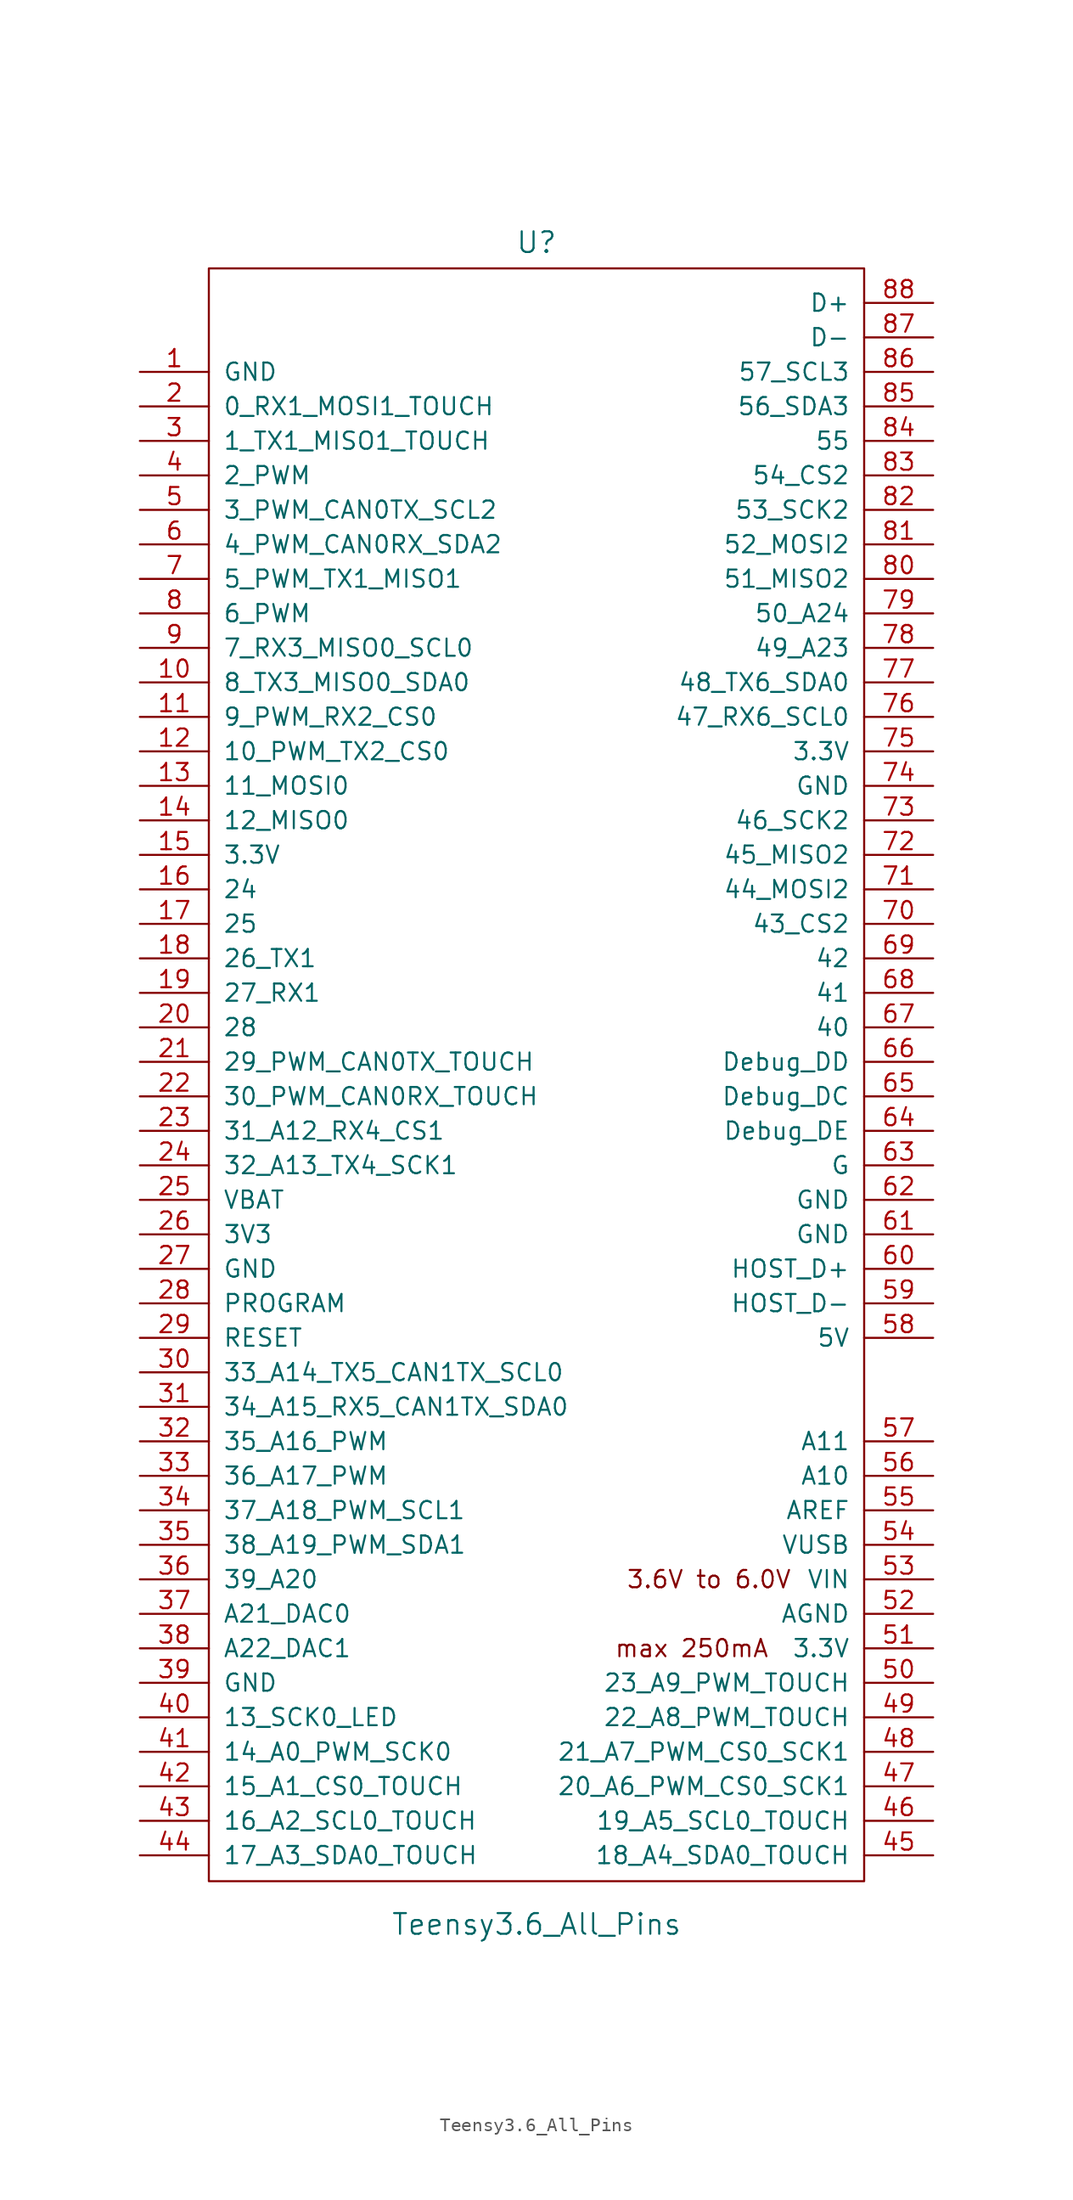
<source format=kicad_sym>
(kicad_symbol_lib
  (version 20211014)
  (generator kicad_symbol_editor)
  (symbol "Teensy3.6_All_Pins"
    (pin_names
      (offset 1.016))
    (property "Reference" "U"
      (at 0 64.135 0)
      (effects (font (size 1.524 1.524))))
    (property "Value" "Teensy3.6_All_Pins"
      (at 0 -59.69 0)
      (effects (font (size 1.524 1.524))))
    (property "Footprint" ""
      (at 0 1.27 0)
      (effects (font (size 1.524 1.524))))
    (property "Datasheet" ""
      (at 0 1.27 0)
      (effects (font (size 1.524 1.524))))
    (symbol "Teensy3.6_All_Pins_0_0"
      (rectangle (start -24.13 62.23) (end 24.13 -56.515) (stroke (width 0) (type default) (color 0 0 0 0)) (fill (type none)))
      (text "3.6V to 6.0V" (at 12.7 -34.29 0) (effects (font (size 1.27 1.27))))
      (text "max 250mA" (at 11.43 -39.37 0) (effects (font (size 1.27 1.27)))))
    (symbol "Teensy3.6_All_Pins_1_1"
      (pin power_in line (at -29.21 54.61 0) (length 5.08) (name "GND" (effects (font (size 1.27 1.27)))) (number "1" (effects (font (size 1.27 1.27)))))
      (pin bidirectional line (at -29.21 31.75 0) (length 5.08) (name "8_TX3_MISO0_SDA0" (effects (font (size 1.27 1.27)))) (number "10" (effects (font (size 1.27 1.27)))))
      (pin bidirectional line (at -29.21 29.21 0) (length 5.08) (name "9_PWM_RX2_CS0" (effects (font (size 1.27 1.27)))) (number "11" (effects (font (size 1.27 1.27)))))
      (pin bidirectional line (at -29.21 26.67 0) (length 5.08) (name "10_PWM_TX2_CS0" (effects (font (size 1.27 1.27)))) (number "12" (effects (font (size 1.27 1.27)))))
      (pin bidirectional line (at -29.21 24.13 0) (length 5.08) (name "11_MOSI0" (effects (font (size 1.27 1.27)))) (number "13" (effects (font (size 1.27 1.27)))))
      (pin bidirectional line (at -29.21 21.59 0) (length 5.08) (name "12_MISO0" (effects (font (size 1.27 1.27)))) (number "14" (effects (font (size 1.27 1.27)))))
      (pin power_in line (at -29.21 19.05 0) (length 5.08) (name "3.3V" (effects (font (size 1.27 1.27)))) (number "15" (effects (font (size 1.27 1.27)))))
      (pin bidirectional line (at -29.21 16.51 0) (length 5.08) (name "24" (effects (font (size 1.27 1.27)))) (number "16" (effects (font (size 1.27 1.27)))))
      (pin bidirectional line (at -29.21 13.97 0) (length 5.08) (name "25" (effects (font (size 1.27 1.27)))) (number "17" (effects (font (size 1.27 1.27)))))
      (pin bidirectional line (at -29.21 11.43 0) (length 5.08) (name "26_TX1" (effects (font (size 1.27 1.27)))) (number "18" (effects (font (size 1.27 1.27)))))
      (pin bidirectional line (at -29.21 8.89 0) (length 5.08) (name "27_RX1" (effects (font (size 1.27 1.27)))) (number "19" (effects (font (size 1.27 1.27)))))
      (pin bidirectional line (at -29.21 52.07 0) (length 5.08) (name "0_RX1_MOSI1_TOUCH" (effects (font (size 1.27 1.27)))) (number "2" (effects (font (size 1.27 1.27)))))
      (pin bidirectional line (at -29.21 6.35 0) (length 5.08) (name "28" (effects (font (size 1.27 1.27)))) (number "20" (effects (font (size 1.27 1.27)))))
      (pin bidirectional line (at -29.21 3.81 0) (length 5.08) (name "29_PWM_CAN0TX_TOUCH" (effects (font (size 1.27 1.27)))) (number "21" (effects (font (size 1.27 1.27)))))
      (pin bidirectional line (at -29.21 1.27 0) (length 5.08) (name "30_PWM_CAN0RX_TOUCH" (effects (font (size 1.27 1.27)))) (number "22" (effects (font (size 1.27 1.27)))))
      (pin bidirectional line (at -29.21 -1.27 0) (length 5.08) (name "31_A12_RX4_CS1" (effects (font (size 1.27 1.27)))) (number "23" (effects (font (size 1.27 1.27)))))
      (pin bidirectional line (at -29.21 -3.81 0) (length 5.08) (name "32_A13_TX4_SCK1" (effects (font (size 1.27 1.27)))) (number "24" (effects (font (size 1.27 1.27)))))
      (pin power_in line (at -29.21 -6.35 0) (length 5.08) (name "VBAT" (effects (font (size 1.27 1.27)))) (number "25" (effects (font (size 1.27 1.27)))))
      (pin power_in line (at -29.21 -8.89 0) (length 5.08) (name "3V3" (effects (font (size 1.27 1.27)))) (number "26" (effects (font (size 1.27 1.27)))))
      (pin power_in line (at -29.21 -11.43 0) (length 5.08) (name "GND" (effects (font (size 1.27 1.27)))) (number "27" (effects (font (size 1.27 1.27)))))
      (pin input line (at -29.21 -13.97 0) (length 5.08) (name "PROGRAM" (effects (font (size 1.27 1.27)))) (number "28" (effects (font (size 1.27 1.27)))))
      (pin input line (at -29.21 -16.51 0) (length 5.08) (name "RESET" (effects (font (size 1.27 1.27)))) (number "29" (effects (font (size 1.27 1.27)))))
      (pin bidirectional line (at -29.21 49.53 0) (length 5.08) (name "1_TX1_MISO1_TOUCH" (effects (font (size 1.27 1.27)))) (number "3" (effects (font (size 1.27 1.27)))))
      (pin bidirectional line (at -29.21 -19.05 0) (length 5.08) (name "33_A14_TX5_CAN1TX_SCL0" (effects (font (size 1.27 1.27)))) (number "30" (effects (font (size 1.27 1.27)))))
      (pin bidirectional line (at -29.21 -21.59 0) (length 5.08) (name "34_A15_RX5_CAN1TX_SDA0" (effects (font (size 1.27 1.27)))) (number "31" (effects (font (size 1.27 1.27)))))
      (pin bidirectional line (at -29.21 -24.13 0) (length 5.08) (name "35_A16_PWM" (effects (font (size 1.27 1.27)))) (number "32" (effects (font (size 1.27 1.27)))))
      (pin bidirectional line (at -29.21 -26.67 0) (length 5.08) (name "36_A17_PWM" (effects (font (size 1.27 1.27)))) (number "33" (effects (font (size 1.27 1.27)))))
      (pin bidirectional line (at -29.21 -29.21 0) (length 5.08) (name "37_A18_PWM_SCL1" (effects (font (size 1.27 1.27)))) (number "34" (effects (font (size 1.27 1.27)))))
      (pin bidirectional line (at -29.21 -31.75 0) (length 5.08) (name "38_A19_PWM_SDA1" (effects (font (size 1.27 1.27)))) (number "35" (effects (font (size 1.27 1.27)))))
      (pin bidirectional line (at -29.21 -34.29 0) (length 5.08) (name "39_A20" (effects (font (size 1.27 1.27)))) (number "36" (effects (font (size 1.27 1.27)))))
      (pin bidirectional line (at -29.21 -36.83 0) (length 5.08) (name "A21_DAC0" (effects (font (size 1.27 1.27)))) (number "37" (effects (font (size 1.27 1.27)))))
      (pin bidirectional line (at -29.21 -39.37 0) (length 5.08) (name "A22_DAC1" (effects (font (size 1.27 1.27)))) (number "38" (effects (font (size 1.27 1.27)))))
      (pin power_in line (at -29.21 -41.91 0) (length 5.08) (name "GND" (effects (font (size 1.27 1.27)))) (number "39" (effects (font (size 1.27 1.27)))))
      (pin bidirectional line (at -29.21 46.99 0) (length 5.08) (name "2_PWM" (effects (font (size 1.27 1.27)))) (number "4" (effects (font (size 1.27 1.27)))))
      (pin bidirectional line (at -29.21 -44.45 0) (length 5.08) (name "13_SCK0_LED" (effects (font (size 1.27 1.27)))) (number "40" (effects (font (size 1.27 1.27)))))
      (pin bidirectional line (at -29.21 -46.99 0) (length 5.08) (name "14_A0_PWM_SCK0" (effects (font (size 1.27 1.27)))) (number "41" (effects (font (size 1.27 1.27)))))
      (pin bidirectional line (at -29.21 -49.53 0) (length 5.08) (name "15_A1_CS0_TOUCH" (effects (font (size 1.27 1.27)))) (number "42" (effects (font (size 1.27 1.27)))))
      (pin bidirectional line (at -29.21 -52.07 0) (length 5.08) (name "16_A2_SCL0_TOUCH" (effects (font (size 1.27 1.27)))) (number "43" (effects (font (size 1.27 1.27)))))
      (pin bidirectional line (at -29.21 -54.61 0) (length 5.08) (name "17_A3_SDA0_TOUCH" (effects (font (size 1.27 1.27)))) (number "44" (effects (font (size 1.27 1.27)))))
      (pin bidirectional line (at 29.21 -54.61 180) (length 5.08) (name "18_A4_SDA0_TOUCH" (effects (font (size 1.27 1.27)))) (number "45" (effects (font (size 1.27 1.27)))))
      (pin bidirectional line (at 29.21 -52.07 180) (length 5.08) (name "19_A5_SCL0_TOUCH" (effects (font (size 1.27 1.27)))) (number "46" (effects (font (size 1.27 1.27)))))
      (pin bidirectional line (at 29.21 -49.53 180) (length 5.08) (name "20_A6_PWM_CS0_SCK1" (effects (font (size 1.27 1.27)))) (number "47" (effects (font (size 1.27 1.27)))))
      (pin bidirectional line (at 29.21 -46.99 180) (length 5.08) (name "21_A7_PWM_CS0_SCK1" (effects (font (size 1.27 1.27)))) (number "48" (effects (font (size 1.27 1.27)))))
      (pin bidirectional line (at 29.21 -44.45 180) (length 5.08) (name "22_A8_PWM_TOUCH" (effects (font (size 1.27 1.27)))) (number "49" (effects (font (size 1.27 1.27)))))
      (pin bidirectional line (at -29.21 44.45 0) (length 5.08) (name "3_PWM_CAN0TX_SCL2" (effects (font (size 1.27 1.27)))) (number "5" (effects (font (size 1.27 1.27)))))
      (pin bidirectional line (at 29.21 -41.91 180) (length 5.08) (name "23_A9_PWM_TOUCH" (effects (font (size 1.27 1.27)))) (number "50" (effects (font (size 1.27 1.27)))))
      (pin power_out line (at 29.21 -39.37 180) (length 5.08) (name "3.3V" (effects (font (size 1.27 1.27)))) (number "51" (effects (font (size 1.27 1.27)))))
      (pin power_out line (at 29.21 -36.83 180) (length 5.08) (name "AGND" (effects (font (size 1.27 1.27)))) (number "52" (effects (font (size 1.27 1.27)))))
      (pin power_in line (at 29.21 -34.29 180) (length 5.08) (name "VIN" (effects (font (size 1.27 1.27)))) (number "53" (effects (font (size 1.27 1.27)))))
      (pin power_in line (at 29.21 -31.75 180) (length 5.08) (name "VUSB" (effects (font (size 1.27 1.27)))) (number "54" (effects (font (size 1.27 1.27)))))
      (pin input line (at 29.21 -29.21 180) (length 5.08) (name "AREF" (effects (font (size 1.27 1.27)))) (number "55" (effects (font (size 1.27 1.27)))))
      (pin bidirectional line (at 29.21 -26.67 180) (length 5.08) (name "A10" (effects (font (size 1.27 1.27)))) (number "56" (effects (font (size 1.27 1.27)))))
      (pin bidirectional line (at 29.21 -24.13 180) (length 5.08) (name "A11" (effects (font (size 1.27 1.27)))) (number "57" (effects (font (size 1.27 1.27)))))
      (pin power_in line (at 29.21 -16.51 180) (length 5.08) (name "5V" (effects (font (size 1.27 1.27)))) (number "58" (effects (font (size 1.27 1.27)))))
      (pin bidirectional line (at 29.21 -13.97 180) (length 5.08) (name "HOST_D-" (effects (font (size 1.27 1.27)))) (number "59" (effects (font (size 1.27 1.27)))))
      (pin bidirectional line (at -29.21 41.91 0) (length 5.08) (name "4_PWM_CAN0RX_SDA2" (effects (font (size 1.27 1.27)))) (number "6" (effects (font (size 1.27 1.27)))))
      (pin bidirectional line (at 29.21 -11.43 180) (length 5.08) (name "HOST_D+" (effects (font (size 1.27 1.27)))) (number "60" (effects (font (size 1.27 1.27)))))
      (pin power_in line (at 29.21 -8.89 180) (length 5.08) (name "GND" (effects (font (size 1.27 1.27)))) (number "61" (effects (font (size 1.27 1.27)))))
      (pin power_in line (at 29.21 -6.35 180) (length 5.08) (name "GND" (effects (font (size 1.27 1.27)))) (number "62" (effects (font (size 1.27 1.27)))))
      (pin power_in line (at 29.21 -3.81 180) (length 5.08) (name "G" (effects (font (size 1.27 1.27)))) (number "63" (effects (font (size 1.27 1.27)))))
      (pin input line (at 29.21 -1.27 180) (length 5.08) (name "Debug_DE" (effects (font (size 1.27 1.27)))) (number "64" (effects (font (size 1.27 1.27)))))
      (pin input line (at 29.21 1.27 180) (length 5.08) (name "Debug_DC" (effects (font (size 1.27 1.27)))) (number "65" (effects (font (size 1.27 1.27)))))
      (pin input line (at 29.21 3.81 180) (length 5.08) (name "Debug_DD" (effects (font (size 1.27 1.27)))) (number "66" (effects (font (size 1.27 1.27)))))
      (pin bidirectional line (at 29.21 6.35 180) (length 5.08) (name "40" (effects (font (size 1.27 1.27)))) (number "67" (effects (font (size 1.27 1.27)))))
      (pin bidirectional line (at 29.21 8.89 180) (length 5.08) (name "41" (effects (font (size 1.27 1.27)))) (number "68" (effects (font (size 1.27 1.27)))))
      (pin bidirectional line (at 29.21 11.43 180) (length 5.08) (name "42" (effects (font (size 1.27 1.27)))) (number "69" (effects (font (size 1.27 1.27)))))
      (pin bidirectional line (at -29.21 39.37 0) (length 5.08) (name "5_PWM_TX1_MISO1" (effects (font (size 1.27 1.27)))) (number "7" (effects (font (size 1.27 1.27)))))
      (pin bidirectional line (at 29.21 13.97 180) (length 5.08) (name "43_CS2" (effects (font (size 1.27 1.27)))) (number "70" (effects (font (size 1.27 1.27)))))
      (pin bidirectional line (at 29.21 16.51 180) (length 5.08) (name "44_MOSI2" (effects (font (size 1.27 1.27)))) (number "71" (effects (font (size 1.27 1.27)))))
      (pin bidirectional line (at 29.21 19.05 180) (length 5.08) (name "45_MISO2" (effects (font (size 1.27 1.27)))) (number "72" (effects (font (size 1.27 1.27)))))
      (pin bidirectional line (at 29.21 21.59 180) (length 5.08) (name "46_SCK2" (effects (font (size 1.27 1.27)))) (number "73" (effects (font (size 1.27 1.27)))))
      (pin power_in line (at 29.21 24.13 180) (length 5.08) (name "GND" (effects (font (size 1.27 1.27)))) (number "74" (effects (font (size 1.27 1.27)))))
      (pin power_in line (at 29.21 26.67 180) (length 5.08) (name "3.3V" (effects (font (size 1.27 1.27)))) (number "75" (effects (font (size 1.27 1.27)))))
      (pin bidirectional line (at 29.21 29.21 180) (length 5.08) (name "47_RX6_SCL0" (effects (font (size 1.27 1.27)))) (number "76" (effects (font (size 1.27 1.27)))))
      (pin bidirectional line (at 29.21 31.75 180) (length 5.08) (name "48_TX6_SDA0" (effects (font (size 1.27 1.27)))) (number "77" (effects (font (size 1.27 1.27)))))
      (pin bidirectional line (at 29.21 34.29 180) (length 5.08) (name "49_A23" (effects (font (size 1.27 1.27)))) (number "78" (effects (font (size 1.27 1.27)))))
      (pin bidirectional line (at 29.21 36.83 180) (length 5.08) (name "50_A24" (effects (font (size 1.27 1.27)))) (number "79" (effects (font (size 1.27 1.27)))))
      (pin bidirectional line (at -29.21 36.83 0) (length 5.08) (name "6_PWM" (effects (font (size 1.27 1.27)))) (number "8" (effects (font (size 1.27 1.27)))))
      (pin bidirectional line (at 29.21 39.37 180) (length 5.08) (name "51_MISO2" (effects (font (size 1.27 1.27)))) (number "80" (effects (font (size 1.27 1.27)))))
      (pin bidirectional line (at 29.21 41.91 180) (length 5.08) (name "52_MOSI2" (effects (font (size 1.27 1.27)))) (number "81" (effects (font (size 1.27 1.27)))))
      (pin bidirectional line (at 29.21 44.45 180) (length 5.08) (name "53_SCK2" (effects (font (size 1.27 1.27)))) (number "82" (effects (font (size 1.27 1.27)))))
      (pin bidirectional line (at 29.21 46.99 180) (length 5.08) (name "54_CS2" (effects (font (size 1.27 1.27)))) (number "83" (effects (font (size 1.27 1.27)))))
      (pin bidirectional line (at 29.21 49.53 180) (length 5.08) (name "55" (effects (font (size 1.27 1.27)))) (number "84" (effects (font (size 1.27 1.27)))))
      (pin bidirectional line (at 29.21 52.07 180) (length 5.08) (name "56_SDA3" (effects (font (size 1.27 1.27)))) (number "85" (effects (font (size 1.27 1.27)))))
      (pin bidirectional line (at 29.21 54.61 180) (length 5.08) (name "57_SCL3" (effects (font (size 1.27 1.27)))) (number "86" (effects (font (size 1.27 1.27)))))
      (pin input line (at 29.21 57.15 180) (length 5.08) (name "D-" (effects (font (size 1.27 1.27)))) (number "87" (effects (font (size 1.27 1.27)))))
      (pin input line (at 29.21 59.69 180) (length 5.08) (name "D+" (effects (font (size 1.27 1.27)))) (number "88" (effects (font (size 1.27 1.27)))))
      (pin bidirectional line (at -29.21 34.29 0) (length 5.08) (name "7_RX3_MISO0_SCL0" (effects (font (size 1.27 1.27)))) (number "9" (effects (font (size 1.27 1.27))))))))
</source>
